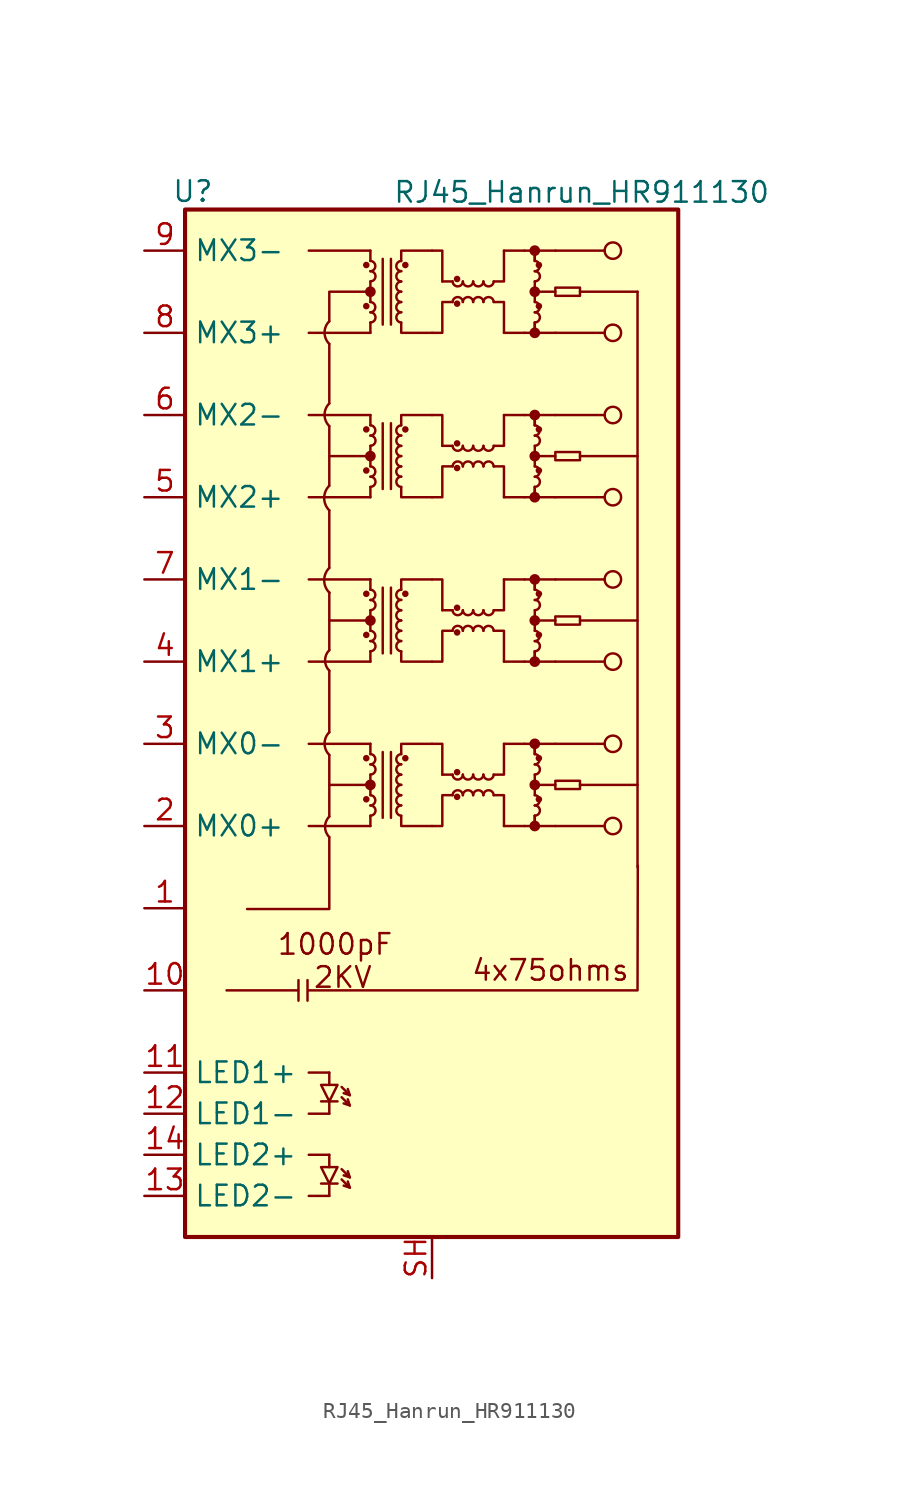
<source format=kicad_sym>
(kicad_symbol_lib
  (version 20220914)
  (generator kicad_symbol_editor)
  (symbol "RJ45_Hanrun_HR911130"
    (property "Reference" "U"
      (at 2.997 1.118 0)
      (effects (font (size 1.27 1.27))))
    (property "Value" "RJ45_Hanrun_HR911130"
      (at 27.026 1.067 0)
      (effects (font (size 1.27 1.27))))
    (symbol "RJ45_Hanrun_HR911130_0_0"
      (text "" (at -0.762 -52.578 0) (effects (font (size 1.27 1.27))))
      (text "" (at 1.016 -53.086 0) (effects (font (size 1.27 1.27)))))
    (symbol "RJ45_Hanrun_HR911130_0_1"
      (polyline (pts (xy 5.08 -48.26) (xy 9.5 -48.26)) (stroke (width 0) (type default)) (fill (type none)))
      (polyline (pts (xy 9.525 -48.895) (xy 9.525 -47.625)) (stroke (width 0) (type default)) (fill (type none)))
      (polyline (pts (xy 10.084 -48.895) (xy 10.084 -47.625)) (stroke (width 0) (type default)) (fill (type none)))
      (polyline (pts (xy 10.16 -38.1) (xy 13.97 -38.1)) (stroke (width 0) (type default)) (fill (type none)))
      (polyline (pts (xy 10.16 -33.02) (xy 13.97 -33.02)) (stroke (width 0) (type default)) (fill (type none)))
      (polyline (pts (xy 10.16 -27.94) (xy 13.97 -27.94)) (stroke (width 0) (type default)) (fill (type none)))
      (polyline (pts (xy 10.16 -22.86) (xy 13.97 -22.86)) (stroke (width 0) (type default)) (fill (type none)))
      (polyline (pts (xy 10.16 -17.78) (xy 13.97 -17.78)) (stroke (width 0) (type default)) (fill (type none)))
      (polyline (pts (xy 10.16 -12.7) (xy 13.97 -12.7)) (stroke (width 0) (type default)) (fill (type none)))
      (polyline (pts (xy 10.16 -7.62) (xy 13.97 -7.62)) (stroke (width 0) (type default)) (fill (type none)))
      (polyline (pts (xy 10.16 -2.54) (xy 13.97 -2.54)) (stroke (width 0) (type default)) (fill (type none)))
      (polyline (pts (xy 11.43 -35.56) (xy 13.97 -35.56)) (stroke (width 0) (type default)) (fill (type none)))
      (polyline (pts (xy 11.43 -33.706) (xy 11.43 -37.516)) (stroke (width 0) (type default)) (fill (type none)))
      (polyline (pts (xy 11.43 -28.499) (xy 11.43 -32.309)) (stroke (width 0) (type default)) (fill (type none)))
      (polyline (pts (xy 11.43 -25.4) (xy 13.97 -25.4)) (stroke (width 0) (type default)) (fill (type none)))
      (polyline (pts (xy 11.43 -18.593) (xy 11.43 -22.149)) (stroke (width 0) (type default)) (fill (type none)))
      (polyline (pts (xy 11.43 -15.24) (xy 13.97 -15.24)) (stroke (width 0) (type default)) (fill (type none)))
      (polyline (pts (xy 11.43 -8.306) (xy 11.43 -11.989)) (stroke (width 0) (type default)) (fill (type none)))
      (polyline (pts (xy 11.43 -5.131) (xy 11.43 -6.909)) (stroke (width 0) (type default)) (fill (type none)))
      (polyline (pts (xy 11.43 -5.08) (xy 13.97 -5.08)) (stroke (width 0) (type default)) (fill (type none)))
      (polyline (pts (xy 13.97 -38.1) (xy 13.97 -37.465)) (stroke (width 0) (type default)) (fill (type none)))
      (polyline (pts (xy 13.97 -35.56) (xy 13.97 -36.195)) (stroke (width 0) (type default)) (fill (type none)))
      (polyline (pts (xy 13.97 -35.56) (xy 13.97 -34.925)) (stroke (width 0) (type default)) (fill (type none)))
      (polyline (pts (xy 13.97 -33.02) (xy 13.97 -33.655)) (stroke (width 0) (type default)) (fill (type none)))
      (polyline (pts (xy 13.97 -27.94) (xy 13.97 -27.305)) (stroke (width 0) (type default)) (fill (type none)))
      (polyline (pts (xy 13.97 -25.4) (xy 13.97 -26.035)) (stroke (width 0) (type default)) (fill (type none)))
      (polyline (pts (xy 13.97 -25.4) (xy 13.97 -24.765)) (stroke (width 0) (type default)) (fill (type none)))
      (polyline (pts (xy 13.97 -22.86) (xy 13.97 -23.495)) (stroke (width 0) (type default)) (fill (type none)))
      (polyline (pts (xy 13.97 -17.78) (xy 13.97 -17.145)) (stroke (width 0) (type default)) (fill (type none)))
      (polyline (pts (xy 13.97 -15.24) (xy 13.97 -15.875)) (stroke (width 0) (type default)) (fill (type none)))
      (polyline (pts (xy 13.97 -15.24) (xy 13.97 -14.605)) (stroke (width 0) (type default)) (fill (type none)))
      (polyline (pts (xy 13.97 -12.7) (xy 13.97 -13.335)) (stroke (width 0) (type default)) (fill (type none)))
      (polyline (pts (xy 13.97 -7.62) (xy 13.97 -6.985)) (stroke (width 0) (type default)) (fill (type none)))
      (polyline (pts (xy 13.97 -5.08) (xy 13.97 -5.715)) (stroke (width 0) (type default)) (fill (type none)))
      (polyline (pts (xy 13.97 -5.08) (xy 13.97 -4.445)) (stroke (width 0) (type default)) (fill (type none)))
      (polyline (pts (xy 13.97 -2.54) (xy 13.97 -3.175)) (stroke (width 0) (type default)) (fill (type none)))
      (polyline (pts (xy 14.732 -37.592) (xy 14.732 -33.528)) (stroke (width 0) (type default)) (fill (type none)))
      (polyline (pts (xy 14.732 -27.432) (xy 14.732 -23.368)) (stroke (width 0) (type default)) (fill (type none)))
      (polyline (pts (xy 14.732 -17.272) (xy 14.732 -13.208)) (stroke (width 0) (type default)) (fill (type none)))
      (polyline (pts (xy 14.732 -7.112) (xy 14.732 -3.048)) (stroke (width 0) (type default)) (fill (type none)))
      (polyline (pts (xy 15.24 -37.592) (xy 15.24 -33.528)) (stroke (width 0) (type default)) (fill (type none)))
      (polyline (pts (xy 15.24 -27.432) (xy 15.24 -23.368)) (stroke (width 0) (type default)) (fill (type none)))
      (polyline (pts (xy 15.24 -17.272) (xy 15.24 -13.208)) (stroke (width 0) (type default)) (fill (type none)))
      (polyline (pts (xy 15.24 -7.112) (xy 15.24 -3.048)) (stroke (width 0) (type default)) (fill (type none)))
      (polyline (pts (xy 18.415 -34.925) (xy 19.05 -34.925)) (stroke (width 0) (type default)) (fill (type none)))
      (polyline (pts (xy 18.415 -24.765) (xy 19.05 -24.765)) (stroke (width 0) (type default)) (fill (type none)))
      (polyline (pts (xy 18.415 -14.605) (xy 19.05 -14.605)) (stroke (width 0) (type default)) (fill (type none)))
      (polyline (pts (xy 18.415 -4.445) (xy 19.05 -4.445)) (stroke (width 0) (type default)) (fill (type none)))
      (polyline (pts (xy 22.225 -38.1) (xy 23.495 -38.1)) (stroke (width 0) (type default)) (fill (type none)))
      (polyline (pts (xy 22.225 -33.02) (xy 23.495 -33.02)) (stroke (width 0) (type default)) (fill (type none)))
      (polyline (pts (xy 22.225 -27.94) (xy 23.495 -27.94)) (stroke (width 0) (type default)) (fill (type none)))
      (polyline (pts (xy 22.225 -22.86) (xy 23.495 -22.86)) (stroke (width 0) (type default)) (fill (type none)))
      (polyline (pts (xy 22.225 -17.78) (xy 23.495 -17.78)) (stroke (width 0) (type default)) (fill (type none)))
      (polyline (pts (xy 22.225 -12.7) (xy 23.495 -12.7)) (stroke (width 0) (type default)) (fill (type none)))
      (polyline (pts (xy 22.225 -7.62) (xy 23.495 -7.62)) (stroke (width 0) (type default)) (fill (type none)))
      (polyline (pts (xy 22.225 -2.54) (xy 23.495 -2.54)) (stroke (width 0) (type default)) (fill (type none)))
      (polyline (pts (xy 24.13 -38.1) (xy 24.13 -37.465)) (stroke (width 0) (type default)) (fill (type none)))
      (polyline (pts (xy 24.13 -35.56) (xy 24.13 -36.195)) (stroke (width 0) (type default)) (fill (type none)))
      (polyline (pts (xy 24.13 -35.56) (xy 24.13 -34.925)) (stroke (width 0) (type default)) (fill (type none)))
      (polyline (pts (xy 24.13 -33.02) (xy 24.13 -33.655)) (stroke (width 0) (type default)) (fill (type none)))
      (polyline (pts (xy 24.13 -27.94) (xy 24.13 -27.305)) (stroke (width 0) (type default)) (fill (type none)))
      (polyline (pts (xy 24.13 -25.4) (xy 24.13 -26.035)) (stroke (width 0) (type default)) (fill (type none)))
      (polyline (pts (xy 24.13 -25.4) (xy 24.13 -24.765)) (stroke (width 0) (type default)) (fill (type none)))
      (polyline (pts (xy 24.13 -22.86) (xy 24.13 -23.495)) (stroke (width 0) (type default)) (fill (type none)))
      (polyline (pts (xy 24.13 -17.78) (xy 24.13 -17.145)) (stroke (width 0) (type default)) (fill (type none)))
      (polyline (pts (xy 24.13 -15.24) (xy 24.13 -15.875)) (stroke (width 0) (type default)) (fill (type none)))
      (polyline (pts (xy 24.13 -15.24) (xy 24.13 -14.605)) (stroke (width 0) (type default)) (fill (type none)))
      (polyline (pts (xy 24.13 -12.7) (xy 24.13 -13.335)) (stroke (width 0) (type default)) (fill (type none)))
      (polyline (pts (xy 24.13 -7.62) (xy 24.13 -6.985)) (stroke (width 0) (type default)) (fill (type none)))
      (polyline (pts (xy 24.13 -5.08) (xy 24.13 -5.715)) (stroke (width 0) (type default)) (fill (type none)))
      (polyline (pts (xy 24.13 -5.08) (xy 24.13 -4.445)) (stroke (width 0) (type default)) (fill (type none)))
      (polyline (pts (xy 24.13 -2.54) (xy 24.13 -3.175)) (stroke (width 0) (type default)) (fill (type none)))
      (polyline (pts (xy 25.4 -38.1) (xy 24.13 -38.1)) (stroke (width 0) (type default)) (fill (type none)))
      (polyline (pts (xy 25.4 -38.1) (xy 28.448 -38.1)) (stroke (width 0) (type default)) (fill (type none)))
      (polyline (pts (xy 25.4 -35.56) (xy 24.13 -35.56)) (stroke (width 0) (type default)) (fill (type none)))
      (polyline (pts (xy 25.4 -33.02) (xy 24.13 -33.02)) (stroke (width 0) (type default)) (fill (type none)))
      (polyline (pts (xy 25.4 -33.02) (xy 28.448 -33.02)) (stroke (width 0) (type default)) (fill (type none)))
      (polyline (pts (xy 25.4 -27.94) (xy 24.13 -27.94)) (stroke (width 0) (type default)) (fill (type none)))
      (polyline (pts (xy 25.4 -27.94) (xy 28.448 -27.94)) (stroke (width 0) (type default)) (fill (type none)))
      (polyline (pts (xy 25.4 -25.4) (xy 24.13 -25.4)) (stroke (width 0) (type default)) (fill (type none)))
      (polyline (pts (xy 25.4 -22.86) (xy 24.13 -22.86)) (stroke (width 0) (type default)) (fill (type none)))
      (polyline (pts (xy 25.4 -22.86) (xy 28.448 -22.86)) (stroke (width 0) (type default)) (fill (type none)))
      (polyline (pts (xy 25.4 -17.78) (xy 24.13 -17.78)) (stroke (width 0) (type default)) (fill (type none)))
      (polyline (pts (xy 25.4 -17.78) (xy 28.448 -17.78)) (stroke (width 0) (type default)) (fill (type none)))
      (polyline (pts (xy 25.4 -15.24) (xy 24.13 -15.24)) (stroke (width 0) (type default)) (fill (type none)))
      (polyline (pts (xy 25.4 -12.7) (xy 24.13 -12.7)) (stroke (width 0) (type default)) (fill (type none)))
      (polyline (pts (xy 25.4 -12.7) (xy 28.448 -12.7)) (stroke (width 0) (type default)) (fill (type none)))
      (polyline (pts (xy 25.4 -7.62) (xy 24.13 -7.62)) (stroke (width 0) (type default)) (fill (type none)))
      (polyline (pts (xy 25.4 -7.62) (xy 28.448 -7.62)) (stroke (width 0) (type default)) (fill (type none)))
      (polyline (pts (xy 25.4 -5.08) (xy 24.13 -5.08)) (stroke (width 0) (type default)) (fill (type none)))
      (polyline (pts (xy 25.4 -2.54) (xy 24.13 -2.54)) (stroke (width 0) (type default)) (fill (type none)))
      (polyline (pts (xy 25.4 -2.54) (xy 28.448 -2.54)) (stroke (width 0) (type default)) (fill (type none)))
      (polyline (pts (xy 26.924 -35.56) (xy 30.48 -35.56)) (stroke (width 0) (type default)) (fill (type none)))
      (polyline (pts (xy 26.924 -25.4) (xy 30.48 -25.4)) (stroke (width 0) (type default)) (fill (type none)))
      (polyline (pts (xy 26.924 -15.24) (xy 30.48 -15.24)) (stroke (width 0) (type default)) (fill (type none)))
      (polyline (pts (xy 30.48 -40.64) (xy 30.48 -5.08)) (stroke (width 0) (type default)) (fill (type none)))
      (polyline (pts (xy 30.48 -5.08) (xy 26.924 -5.08)) (stroke (width 0) (type default)) (fill (type none)))
      (polyline (pts (xy 11.43 -23.673) (xy 11.43 -25.451) (xy 11.43 -27.229)) (stroke (width 0) (type default)) (fill (type none)))
      (polyline (pts (xy 11.43 -13.386) (xy 11.43 -15.291) (xy 11.43 -17.069)) (stroke (width 0) (type default)) (fill (type none)))
      (polyline (pts (xy 15.875 -37.465) (xy 15.875 -38.1) (xy 17.78 -38.1)) (stroke (width 0) (type default)) (fill (type none)))
      (polyline (pts (xy 15.875 -33.655) (xy 15.875 -33.02) (xy 17.78 -33.02)) (stroke (width 0) (type default)) (fill (type none)))
      (polyline (pts (xy 15.875 -27.305) (xy 15.875 -27.94) (xy 17.78 -27.94)) (stroke (width 0) (type default)) (fill (type none)))
      (polyline (pts (xy 15.875 -23.495) (xy 15.875 -22.86) (xy 17.78 -22.86)) (stroke (width 0) (type default)) (fill (type none)))
      (polyline (pts (xy 15.875 -17.145) (xy 15.875 -17.78) (xy 17.78 -17.78)) (stroke (width 0) (type default)) (fill (type none)))
      (polyline (pts (xy 15.875 -13.335) (xy 15.875 -12.7) (xy 17.78 -12.7)) (stroke (width 0) (type default)) (fill (type none)))
      (polyline (pts (xy 15.875 -6.985) (xy 15.875 -7.62) (xy 17.78 -7.62)) (stroke (width 0) (type default)) (fill (type none)))
      (polyline (pts (xy 15.875 -3.175) (xy 15.875 -2.54) (xy 17.78 -2.54)) (stroke (width 0) (type default)) (fill (type none)))
      (polyline (pts (xy 17.78 -33.02) (xy 18.415 -33.02) (xy 18.415 -34.925)) (stroke (width 0) (type default)) (fill (type none)))
      (polyline (pts (xy 17.78 -22.86) (xy 18.415 -22.86) (xy 18.415 -24.765)) (stroke (width 0) (type default)) (fill (type none)))
      (polyline (pts (xy 17.78 -12.7) (xy 18.415 -12.7) (xy 18.415 -14.605)) (stroke (width 0) (type default)) (fill (type none)))
      (polyline (pts (xy 17.78 -2.54) (xy 18.415 -2.54) (xy 18.415 -4.445)) (stroke (width 0) (type default)) (fill (type none)))
      (polyline (pts (xy 21.59 -36.195) (xy 22.225 -36.195) (xy 22.225 -38.1)) (stroke (width 0) (type default)) (fill (type none)))
      (polyline (pts (xy 21.59 -34.925) (xy 22.225 -34.925) (xy 22.225 -33.02)) (stroke (width 0) (type default)) (fill (type none)))
      (polyline (pts (xy 21.59 -26.035) (xy 22.225 -26.035) (xy 22.225 -27.94)) (stroke (width 0) (type default)) (fill (type none)))
      (polyline (pts (xy 21.59 -24.765) (xy 22.225 -24.765) (xy 22.225 -22.86)) (stroke (width 0) (type default)) (fill (type none)))
      (polyline (pts (xy 21.59 -15.875) (xy 22.225 -15.875) (xy 22.225 -17.78)) (stroke (width 0) (type default)) (fill (type none)))
      (polyline (pts (xy 21.59 -14.605) (xy 22.225 -14.605) (xy 22.225 -12.7)) (stroke (width 0) (type default)) (fill (type none)))
      (polyline (pts (xy 21.59 -5.715) (xy 22.225 -5.715) (xy 22.225 -7.62)) (stroke (width 0) (type default)) (fill (type none)))
      (polyline (pts (xy 21.59 -4.445) (xy 22.225 -4.445) (xy 22.225 -2.54)) (stroke (width 0) (type default)) (fill (type none)))
      (polyline (pts (xy 23.495 -38.1) (xy 24.13 -38.1) (xy 24.13 -37.465)) (stroke (width 0) (type default)) (fill (type none)))
      (polyline (pts (xy 23.495 -33.02) (xy 24.13 -33.02) (xy 24.13 -33.655)) (stroke (width 0) (type default)) (fill (type none)))
      (polyline (pts (xy 23.495 -27.94) (xy 24.13 -27.94) (xy 24.13 -27.305)) (stroke (width 0) (type default)) (fill (type none)))
      (polyline (pts (xy 23.495 -22.86) (xy 24.13 -22.86) (xy 24.13 -23.495)) (stroke (width 0) (type default)) (fill (type none)))
      (polyline (pts (xy 23.495 -17.78) (xy 24.13 -17.78) (xy 24.13 -17.145)) (stroke (width 0) (type default)) (fill (type none)))
      (polyline (pts (xy 23.495 -12.7) (xy 24.13 -12.7) (xy 24.13 -13.335)) (stroke (width 0) (type default)) (fill (type none)))
      (polyline (pts (xy 23.495 -7.62) (xy 24.13 -7.62) (xy 24.13 -6.985)) (stroke (width 0) (type default)) (fill (type none)))
      (polyline (pts (xy 23.495 -2.54) (xy 24.13 -2.54) (xy 24.13 -3.175)) (stroke (width 0) (type default)) (fill (type none)))
      (polyline (pts (xy 17.78 -38.1) (xy 18.415 -38.1) (xy 18.415 -36.195) (xy 19.05 -36.195)) (stroke (width 0) (type default)) (fill (type none)))
      (polyline (pts (xy 17.78 -27.94) (xy 18.415 -27.94) (xy 18.415 -26.035) (xy 19.05 -26.035)) (stroke (width 0) (type default)) (fill (type none)))
      (polyline (pts (xy 17.78 -17.78) (xy 18.415 -17.78) (xy 18.415 -15.875) (xy 19.05 -15.875)) (stroke (width 0) (type default)) (fill (type none)))
      (polyline (pts (xy 17.78 -7.62) (xy 18.415 -7.62) (xy 18.415 -5.715) (xy 19.05 -5.715)) (stroke (width 0) (type default)) (fill (type none)))
      (polyline (pts (xy 30.496 -40.56) (xy 30.48 -48.26) (xy 12.7 -48.26) (xy 10.16 -48.26)) (stroke (width 0) (type default)) (fill (type none)))
      (polyline (pts (xy 11.43 -38.786) (xy 11.43 -42.088) (xy 11.43 -42.85) (xy 11.43 -43.231) (xy 6.35 -43.231)) (stroke (width 0) (type default)) (fill (type none)))
      (rectangle (start 2.515 0) (end 32.995 -63.5) (stroke (width 0.254) (type default)) (fill (type background)))
      (arc (start 11.43 -37.5158) (mid 11.167 -38.1508) (end 11.43 -38.7858) (stroke (width 0) (type default)) (fill (type none)))
      (arc (start 11.43 -32.3088) (mid 11.1407 -33.0073) (end 11.43 -33.7058) (stroke (width 0) (type default)) (fill (type none)))
      (arc (start 11.43 -27.2288) (mid 11.167 -27.8638) (end 11.43 -28.4988) (stroke (width 0) (type default)) (fill (type none)))
      (arc (start 11.43 -23.6728) (mid 11.43 -23.6728) (end 11.43 -23.6728) (stroke (width 0) (type default)) (fill (type none)))
      (arc (start 11.43 -22.1488) (mid 11.1144 -22.9108) (end 11.43 -23.6728) (stroke (width 0) (type default)) (fill (type none)))
      (arc (start 11.43 -17.0688) (mid 11.1144 -17.8308) (end 11.43 -18.5928) (stroke (width 0) (type default)) (fill (type none)))
      (arc (start 11.43 -11.9888) (mid 11.1407 -12.6873) (end 11.43 -13.3858) (stroke (width 0) (type default)) (fill (type none)))
      (arc (start 11.43 -6.9088) (mid 11.1407 -7.6073) (end 11.43 -8.3058) (stroke (width 0) (type default)) (fill (type none)))
      (circle (center 13.716 -36.449) (radius 0.127) (stroke (width 0) (type default)) (fill (type outline)))
      (circle (center 13.716 -33.909) (radius 0.127) (stroke (width 0) (type default)) (fill (type outline)))
      (circle (center 13.716 -26.289) (radius 0.127) (stroke (width 0) (type default)) (fill (type outline)))
      (circle (center 13.716 -23.749) (radius 0.127) (stroke (width 0) (type default)) (fill (type outline)))
      (circle (center 13.716 -16.129) (radius 0.127) (stroke (width 0) (type default)) (fill (type outline)))
      (circle (center 13.716 -13.589) (radius 0.127) (stroke (width 0) (type default)) (fill (type outline)))
      (circle (center 13.716 -5.969) (radius 0.127) (stroke (width 0) (type default)) (fill (type outline)))
      (circle (center 13.716 -3.429) (radius 0.127) (stroke (width 0) (type default)) (fill (type outline)))
      (arc (start 13.97 -37.465) (mid 14.2751 -37.1475) (end 13.97 -36.83) (stroke (width 0) (type default)) (fill (type none)))
      (arc (start 13.97 -36.83) (mid 14.2751 -36.5125) (end 13.97 -36.195) (stroke (width 0) (type default)) (fill (type none)))
      (circle (center 13.97 -35.56) (radius 0.254) (stroke (width 0) (type default)) (fill (type outline)))
      (arc (start 13.97 -34.925) (mid 14.2751 -34.6075) (end 13.97 -34.29) (stroke (width 0) (type default)) (fill (type none)))
      (arc (start 13.97 -34.29) (mid 14.2751 -33.9725) (end 13.97 -33.655) (stroke (width 0) (type default)) (fill (type none)))
      (arc (start 13.97 -27.305) (mid 14.2751 -26.9875) (end 13.97 -26.67) (stroke (width 0) (type default)) (fill (type none)))
      (arc (start 13.97 -26.67) (mid 14.2751 -26.3525) (end 13.97 -26.035) (stroke (width 0) (type default)) (fill (type none)))
      (circle (center 13.97 -25.4) (radius 0.254) (stroke (width 0) (type default)) (fill (type outline)))
      (arc (start 13.97 -24.765) (mid 14.2751 -24.4475) (end 13.97 -24.13) (stroke (width 0) (type default)) (fill (type none)))
      (arc (start 13.97 -24.13) (mid 14.2751 -23.8125) (end 13.97 -23.495) (stroke (width 0) (type default)) (fill (type none)))
      (arc (start 13.97 -17.145) (mid 14.2751 -16.8275) (end 13.97 -16.51) (stroke (width 0) (type default)) (fill (type none)))
      (arc (start 13.97 -16.51) (mid 14.2751 -16.1925) (end 13.97 -15.875) (stroke (width 0) (type default)) (fill (type none)))
      (circle (center 13.97 -15.24) (radius 0.254) (stroke (width 0) (type default)) (fill (type outline)))
      (arc (start 13.97 -14.605) (mid 14.2751 -14.2875) (end 13.97 -13.97) (stroke (width 0) (type default)) (fill (type none)))
      (arc (start 13.97 -13.97) (mid 14.2751 -13.6525) (end 13.97 -13.335) (stroke (width 0) (type default)) (fill (type none)))
      (arc (start 13.97 -6.985) (mid 14.2751 -6.6675) (end 13.97 -6.35) (stroke (width 0) (type default)) (fill (type none)))
      (arc (start 13.97 -6.35) (mid 14.2751 -6.0325) (end 13.97 -5.715) (stroke (width 0) (type default)) (fill (type none)))
      (circle (center 13.97 -5.08) (radius 0.254) (stroke (width 0) (type default)) (fill (type outline)))
      (arc (start 13.97 -4.445) (mid 14.2751 -4.1275) (end 13.97 -3.81) (stroke (width 0) (type default)) (fill (type none)))
      (arc (start 13.97 -3.81) (mid 14.2751 -3.4925) (end 13.97 -3.175) (stroke (width 0) (type default)) (fill (type none)))
      (arc (start 15.875 -36.83) (mid 15.5699 -37.1475) (end 15.875 -37.465) (stroke (width 0) (type default)) (fill (type none)))
      (arc (start 15.875 -36.195) (mid 15.5699 -36.5125) (end 15.875 -36.83) (stroke (width 0) (type default)) (fill (type none)))
      (arc (start 15.875 -35.56) (mid 15.5699 -35.8775) (end 15.875 -36.195) (stroke (width 0) (type default)) (fill (type none)))
      (arc (start 15.875 -34.925) (mid 15.5699 -35.2425) (end 15.875 -35.56) (stroke (width 0) (type default)) (fill (type none)))
      (arc (start 15.875 -34.29) (mid 15.5699 -34.6075) (end 15.875 -34.925) (stroke (width 0) (type default)) (fill (type none)))
      (arc (start 15.875 -33.655) (mid 15.5699 -33.9725) (end 15.875 -34.29) (stroke (width 0) (type default)) (fill (type none)))
      (arc (start 15.875 -26.67) (mid 15.5699 -26.9875) (end 15.875 -27.305) (stroke (width 0) (type default)) (fill (type none)))
      (arc (start 15.875 -26.035) (mid 15.5699 -26.3525) (end 15.875 -26.67) (stroke (width 0) (type default)) (fill (type none)))
      (arc (start 15.875 -25.4) (mid 15.5699 -25.7175) (end 15.875 -26.035) (stroke (width 0) (type default)) (fill (type none)))
      (arc (start 15.875 -24.765) (mid 15.5699 -25.0825) (end 15.875 -25.4) (stroke (width 0) (type default)) (fill (type none)))
      (arc (start 15.875 -24.13) (mid 15.5699 -24.4475) (end 15.875 -24.765) (stroke (width 0) (type default)) (fill (type none)))
      (arc (start 15.875 -23.495) (mid 15.5699 -23.8125) (end 15.875 -24.13) (stroke (width 0) (type default)) (fill (type none)))
      (arc (start 15.875 -16.51) (mid 15.5699 -16.8275) (end 15.875 -17.145) (stroke (width 0) (type default)) (fill (type none)))
      (arc (start 15.875 -15.875) (mid 15.5699 -16.1925) (end 15.875 -16.51) (stroke (width 0) (type default)) (fill (type none)))
      (arc (start 15.875 -15.24) (mid 15.5699 -15.5575) (end 15.875 -15.875) (stroke (width 0) (type default)) (fill (type none)))
      (arc (start 15.875 -14.605) (mid 15.5699 -14.9225) (end 15.875 -15.24) (stroke (width 0) (type default)) (fill (type none)))
      (arc (start 15.875 -13.97) (mid 15.5699 -14.2875) (end 15.875 -14.605) (stroke (width 0) (type default)) (fill (type none)))
      (arc (start 15.875 -13.335) (mid 15.5699 -13.6525) (end 15.875 -13.97) (stroke (width 0) (type default)) (fill (type none)))
      (arc (start 15.875 -6.35) (mid 15.5699 -6.6675) (end 15.875 -6.985) (stroke (width 0) (type default)) (fill (type none)))
      (arc (start 15.875 -5.715) (mid 15.5699 -6.0325) (end 15.875 -6.35) (stroke (width 0) (type default)) (fill (type none)))
      (arc (start 15.875 -5.08) (mid 15.5699 -5.3975) (end 15.875 -5.715) (stroke (width 0) (type default)) (fill (type none)))
      (arc (start 15.875 -4.445) (mid 15.5699 -4.7625) (end 15.875 -5.08) (stroke (width 0) (type default)) (fill (type none)))
      (arc (start 15.875 -3.81) (mid 15.5699 -4.1275) (end 15.875 -4.445) (stroke (width 0) (type default)) (fill (type none)))
      (arc (start 15.875 -3.175) (mid 15.5699 -3.4925) (end 15.875 -3.81) (stroke (width 0) (type default)) (fill (type none)))
      (circle (center 16.129 -33.909) (radius 0.127) (stroke (width 0) (type default)) (fill (type outline)))
      (circle (center 16.129 -23.749) (radius 0.127) (stroke (width 0) (type default)) (fill (type outline)))
      (circle (center 16.129 -13.589) (radius 0.127) (stroke (width 0) (type default)) (fill (type outline)))
      (circle (center 16.129 -3.429) (radius 0.127) (stroke (width 0) (type default)) (fill (type outline)))
      (arc (start 19.05 -34.925) (mid 19.3675 -35.2301) (end 19.685 -34.925) (stroke (width 0) (type default)) (fill (type none)))
      (arc (start 19.05 -24.765) (mid 19.3675 -25.0701) (end 19.685 -24.765) (stroke (width 0) (type default)) (fill (type none)))
      (arc (start 19.05 -14.605) (mid 19.3675 -14.9101) (end 19.685 -14.605) (stroke (width 0) (type default)) (fill (type none)))
      (arc (start 19.05 -4.445) (mid 19.3675 -4.7501) (end 19.685 -4.445) (stroke (width 0) (type default)) (fill (type none)))
      (circle (center 19.329 -36.297) (radius 0.127) (stroke (width 0) (type default)) (fill (type outline)))
      (circle (center 19.329 -34.773) (radius 0.127) (stroke (width 0) (type default)) (fill (type outline)))
      (circle (center 19.329 -26.137) (radius 0.127) (stroke (width 0) (type default)) (fill (type outline)))
      (circle (center 19.329 -24.613) (radius 0.127) (stroke (width 0) (type default)) (fill (type outline)))
      (circle (center 19.329 -15.977) (radius 0.127) (stroke (width 0) (type default)) (fill (type outline)))
      (circle (center 19.329 -14.453) (radius 0.127) (stroke (width 0) (type default)) (fill (type outline)))
      (circle (center 19.329 -5.817) (radius 0.127) (stroke (width 0) (type default)) (fill (type outline)))
      (circle (center 19.329 -4.293) (radius 0.127) (stroke (width 0) (type default)) (fill (type outline)))
      (arc (start 19.685 -36.195) (mid 19.3675 -35.8899) (end 19.05 -36.195) (stroke (width 0) (type default)) (fill (type none)))
      (arc (start 19.685 -34.925) (mid 20.0025 -35.2301) (end 20.32 -34.925) (stroke (width 0) (type default)) (fill (type none)))
      (arc (start 19.685 -26.035) (mid 19.3675 -25.7299) (end 19.05 -26.035) (stroke (width 0) (type default)) (fill (type none)))
      (arc (start 19.685 -24.765) (mid 20.0025 -25.0701) (end 20.32 -24.765) (stroke (width 0) (type default)) (fill (type none)))
      (arc (start 19.685 -15.875) (mid 19.3675 -15.5699) (end 19.05 -15.875) (stroke (width 0) (type default)) (fill (type none)))
      (arc (start 19.685 -14.605) (mid 20.0025 -14.9101) (end 20.32 -14.605) (stroke (width 0) (type default)) (fill (type none)))
      (arc (start 19.685 -5.715) (mid 19.3675 -5.4099) (end 19.05 -5.715) (stroke (width 0) (type default)) (fill (type none)))
      (arc (start 19.685 -4.445) (mid 20.0025 -4.7501) (end 20.32 -4.445) (stroke (width 0) (type default)) (fill (type none)))
      (arc (start 20.32 -36.195) (mid 20.0025 -35.8899) (end 19.685 -36.195) (stroke (width 0) (type default)) (fill (type none)))
      (arc (start 20.32 -34.925) (mid 20.6375 -35.2301) (end 20.955 -34.925) (stroke (width 0) (type default)) (fill (type none)))
      (arc (start 20.32 -26.035) (mid 20.0025 -25.7299) (end 19.685 -26.035) (stroke (width 0) (type default)) (fill (type none)))
      (arc (start 20.32 -24.765) (mid 20.6375 -25.0701) (end 20.955 -24.765) (stroke (width 0) (type default)) (fill (type none)))
      (arc (start 20.32 -15.875) (mid 20.0025 -15.5699) (end 19.685 -15.875) (stroke (width 0) (type default)) (fill (type none)))
      (arc (start 20.32 -14.605) (mid 20.6375 -14.9101) (end 20.955 -14.605) (stroke (width 0) (type default)) (fill (type none)))
      (arc (start 20.32 -5.715) (mid 20.0025 -5.4099) (end 19.685 -5.715) (stroke (width 0) (type default)) (fill (type none)))
      (arc (start 20.32 -4.445) (mid 20.6375 -4.7501) (end 20.955 -4.445) (stroke (width 0) (type default)) (fill (type none)))
      (arc (start 20.955 -36.195) (mid 20.6375 -35.8899) (end 20.32 -36.195) (stroke (width 0) (type default)) (fill (type none)))
      (arc (start 20.955 -34.925) (mid 21.2725 -35.2301) (end 21.59 -34.925) (stroke (width 0) (type default)) (fill (type none)))
      (arc (start 20.955 -26.035) (mid 20.6375 -25.7299) (end 20.32 -26.035) (stroke (width 0) (type default)) (fill (type none)))
      (arc (start 20.955 -24.765) (mid 21.2725 -25.0701) (end 21.59 -24.765) (stroke (width 0) (type default)) (fill (type none)))
      (arc (start 20.955 -15.875) (mid 20.6375 -15.5699) (end 20.32 -15.875) (stroke (width 0) (type default)) (fill (type none)))
      (arc (start 20.955 -14.605) (mid 21.2725 -14.9101) (end 21.59 -14.605) (stroke (width 0) (type default)) (fill (type none)))
      (arc (start 20.955 -5.715) (mid 20.6375 -5.4099) (end 20.32 -5.715) (stroke (width 0) (type default)) (fill (type none)))
      (arc (start 20.955 -4.445) (mid 21.2725 -4.7501) (end 21.59 -4.445) (stroke (width 0) (type default)) (fill (type none)))
      (arc (start 21.59 -36.195) (mid 21.2725 -35.8899) (end 20.955 -36.195) (stroke (width 0) (type default)) (fill (type none)))
      (arc (start 21.59 -26.035) (mid 21.2725 -25.7299) (end 20.955 -26.035) (stroke (width 0) (type default)) (fill (type none)))
      (arc (start 21.59 -15.875) (mid 21.2725 -15.5699) (end 20.955 -15.875) (stroke (width 0) (type default)) (fill (type none)))
      (arc (start 21.59 -5.715) (mid 21.2725 -5.4099) (end 20.955 -5.715) (stroke (width 0) (type default)) (fill (type none)))
      (circle (center 24.13 -38.1) (radius 0.254) (stroke (width 0) (type default)) (fill (type outline)))
      (arc (start 24.13 -37.465) (mid 24.4353 -37.147) (end 24.13 -36.83) (stroke (width 0) (type default)) (fill (type none)))
      (arc (start 24.13 -36.83) (mid 24.4353 -36.512) (end 24.13 -36.195) (stroke (width 0) (type default)) (fill (type none)))
      (circle (center 24.13 -35.56) (radius 0.254) (stroke (width 0) (type default)) (fill (type outline)))
      (arc (start 24.13 -34.925) (mid 24.4353 -34.607) (end 24.13 -34.29) (stroke (width 0) (type default)) (fill (type none)))
      (arc (start 24.13 -34.29) (mid 24.4353 -33.972) (end 24.13 -33.655) (stroke (width 0) (type default)) (fill (type none)))
      (circle (center 24.13 -33.02) (radius 0.254) (stroke (width 0) (type default)) (fill (type outline)))
      (circle (center 24.13 -27.94) (radius 0.254) (stroke (width 0) (type default)) (fill (type outline)))
      (arc (start 24.13 -27.305) (mid 24.4353 -26.987) (end 24.13 -26.67) (stroke (width 0) (type default)) (fill (type none)))
      (arc (start 24.13 -26.67) (mid 24.4353 -26.352) (end 24.13 -26.035) (stroke (width 0) (type default)) (fill (type none)))
      (circle (center 24.13 -25.4) (radius 0.254) (stroke (width 0) (type default)) (fill (type outline)))
      (arc (start 24.13 -24.765) (mid 24.4353 -24.447) (end 24.13 -24.13) (stroke (width 0) (type default)) (fill (type none)))
      (arc (start 24.13 -24.13) (mid 24.4353 -23.812) (end 24.13 -23.495) (stroke (width 0) (type default)) (fill (type none)))
      (circle (center 24.13 -22.86) (radius 0.254) (stroke (width 0) (type default)) (fill (type outline)))
      (circle (center 24.13 -17.78) (radius 0.254) (stroke (width 0) (type default)) (fill (type outline)))
      (arc (start 24.13 -17.145) (mid 24.4353 -16.827) (end 24.13 -16.51) (stroke (width 0) (type default)) (fill (type none)))
      (arc (start 24.13 -16.51) (mid 24.4353 -16.192) (end 24.13 -15.875) (stroke (width 0) (type default)) (fill (type none)))
      (circle (center 24.13 -15.24) (radius 0.254) (stroke (width 0) (type default)) (fill (type outline)))
      (arc (start 24.13 -14.605) (mid 24.4353 -14.287) (end 24.13 -13.97) (stroke (width 0) (type default)) (fill (type none)))
      (arc (start 24.13 -13.97) (mid 24.4353 -13.652) (end 24.13 -13.335) (stroke (width 0) (type default)) (fill (type none)))
      (circle (center 24.13 -12.7) (radius 0.254) (stroke (width 0) (type default)) (fill (type outline)))
      (circle (center 24.13 -7.62) (radius 0.254) (stroke (width 0) (type default)) (fill (type outline)))
      (arc (start 24.13 -6.985) (mid 24.4353 -6.667) (end 24.13 -6.35) (stroke (width 0) (type default)) (fill (type none)))
      (arc (start 24.13 -6.35) (mid 24.4353 -6.032) (end 24.13 -5.715) (stroke (width 0) (type default)) (fill (type none)))
      (circle (center 24.13 -5.08) (radius 0.254) (stroke (width 0) (type default)) (fill (type outline)))
      (arc (start 24.13 -4.445) (mid 24.4353 -4.127) (end 24.13 -3.81) (stroke (width 0) (type default)) (fill (type none)))
      (arc (start 24.13 -3.81) (mid 24.4353 -3.492) (end 24.13 -3.175) (stroke (width 0) (type default)) (fill (type none)))
      (circle (center 24.13 -2.54) (radius 0.254) (stroke (width 0) (type default)) (fill (type outline)))
      (circle (center 24.384 -36.449) (radius 0.127) (stroke (width 0) (type default)) (fill (type outline)))
      (circle (center 24.384 -33.909) (radius 0.127) (stroke (width 0) (type default)) (fill (type outline)))
      (circle (center 24.384 -26.289) (radius 0.127) (stroke (width 0) (type default)) (fill (type outline)))
      (circle (center 24.384 -23.749) (radius 0.127) (stroke (width 0) (type default)) (fill (type outline)))
      (circle (center 24.384 -16.129) (radius 0.127) (stroke (width 0) (type default)) (fill (type outline)))
      (circle (center 24.384 -13.589) (radius 0.127) (stroke (width 0) (type default)) (fill (type outline)))
      (circle (center 24.384 -5.969) (radius 0.127) (stroke (width 0) (type default)) (fill (type outline)))
      (circle (center 24.384 -3.429) (radius 0.127) (stroke (width 0) (type default)) (fill (type outline)))
      (rectangle (start 25.4 -35.306) (end 26.924 -35.814) (stroke (width 0) (type default)) (fill (type none)))
      (rectangle (start 25.4 -25.146) (end 26.924 -25.654) (stroke (width 0) (type default)) (fill (type none)))
      (rectangle (start 25.4 -14.986) (end 26.924 -15.494) (stroke (width 0) (type default)) (fill (type none)))
      (rectangle (start 25.4 -4.826) (end 26.924 -5.334) (stroke (width 0) (type default)) (fill (type none)))
      (circle (center 28.956 -38.1) (radius 0.508) (stroke (width 0) (type default)) (fill (type none)))
      (circle (center 28.956 -33.02) (radius 0.508) (stroke (width 0) (type default)) (fill (type none)))
      (circle (center 28.956 -27.94) (radius 0.508) (stroke (width 0) (type default)) (fill (type none)))
      (circle (center 28.956 -22.86) (radius 0.508) (stroke (width 0) (type default)) (fill (type none)))
      (circle (center 28.956 -17.78) (radius 0.508) (stroke (width 0) (type default)) (fill (type none)))
      (circle (center 28.956 -12.7) (radius 0.508) (stroke (width 0) (type default)) (fill (type none)))
      (circle (center 28.956 -7.62) (radius 0.508) (stroke (width 0) (type default)) (fill (type none)))
      (circle (center 28.956 -2.54) (radius 0.508) (stroke (width 0) (type default)) (fill (type none)))
      (text "1000pF\n 2KV" (at 11.786 -46.431 0) (effects (font (size 1.27 1.27))))
      (text "4x75ohms" (at 25.095 -47.015 0) (effects (font (size 1.27 1.27)))))
    (symbol "RJ45_Hanrun_HR911130_1_1"
      (polyline (pts (xy 10.16 -60.96) (xy 11.43 -60.96)) (stroke (width 0) (type default)) (fill (type none)))
      (polyline (pts (xy 10.16 -58.42) (xy 11.43 -58.42)) (stroke (width 0) (type default)) (fill (type none)))
      (polyline (pts (xy 10.16 -55.88) (xy 11.43 -55.88)) (stroke (width 0) (type default)) (fill (type none)))
      (polyline (pts (xy 10.16 -53.34) (xy 11.43 -53.34)) (stroke (width 0) (type default)) (fill (type none)))
      (polyline (pts (xy 10.922 -60.198) (xy 11.938 -60.198)) (stroke (width 0) (type default)) (fill (type none)))
      (polyline (pts (xy 10.922 -55.118) (xy 11.938 -55.118)) (stroke (width 0) (type default)) (fill (type none)))
      (polyline (pts (xy 11.43 -60.96) (xy 11.43 -60.198)) (stroke (width 0) (type default)) (fill (type none)))
      (polyline (pts (xy 11.43 -58.42) (xy 11.43 -59.182)) (stroke (width 0) (type default)) (fill (type none)))
      (polyline (pts (xy 11.43 -55.88) (xy 11.43 -55.118)) (stroke (width 0) (type default)) (fill (type none)))
      (polyline (pts (xy 11.43 -53.34) (xy 11.43 -54.102)) (stroke (width 0) (type default)) (fill (type none)))
      (polyline (pts (xy 12.7 -60.452) (xy 12.573 -60.071)) (stroke (width 0) (type default)) (fill (type none)))
      (polyline (pts (xy 12.7 -59.817) (xy 12.573 -59.436)) (stroke (width 0) (type default)) (fill (type none)))
      (polyline (pts (xy 12.7 -55.372) (xy 12.573 -54.991)) (stroke (width 0) (type default)) (fill (type none)))
      (polyline (pts (xy 12.7 -54.737) (xy 12.573 -54.356)) (stroke (width 0) (type default)) (fill (type none)))
      (polyline (pts (xy 12.192 -59.944) (xy 12.7 -60.452) (xy 12.319 -60.325)) (stroke (width 0) (type default)) (fill (type none)))
      (polyline (pts (xy 12.192 -59.309) (xy 12.7 -59.817) (xy 12.319 -59.69)) (stroke (width 0) (type default)) (fill (type none)))
      (polyline (pts (xy 12.192 -54.864) (xy 12.7 -55.372) (xy 12.319 -55.245)) (stroke (width 0) (type default)) (fill (type none)))
      (polyline (pts (xy 12.192 -54.229) (xy 12.7 -54.737) (xy 12.319 -54.61)) (stroke (width 0) (type default)) (fill (type none)))
      (polyline (pts (xy 11.43 -60.198) (xy 10.922 -59.182) (xy 11.938 -59.182) (xy 11.43 -60.198)) (stroke (width 0) (type default)) (fill (type none)))
      (polyline (pts (xy 11.43 -55.118) (xy 10.922 -54.102) (xy 11.938 -54.102) (xy 11.43 -55.118)) (stroke (width 0) (type default)) (fill (type none)))
      (pin passive line (at 0 -43.18 0) (length 2.54) (name "" (effects (font (size 1.27 1.27)))) (number "1" (effects (font (size 1.27 1.27)))))
      (pin passive line (at 0 -48.26 0) (length 2.54) (name "" (effects (font (size 1.27 1.27)))) (number "10" (effects (font (size 1.27 1.27)))))
      (pin passive line (at 0 -53.34 0) (length 2.54) (name "LED1+" (effects (font (size 1.27 1.27)))) (number "11" (effects (font (size 1.27 1.27)))))
      (pin passive line (at 0 -55.88 0) (length 2.54) (name "LED1-" (effects (font (size 1.27 1.27)))) (number "12" (effects (font (size 1.27 1.27)))))
      (pin passive line (at 0 -60.96 0) (length 2.54) (name "LED2-" (effects (font (size 1.27 1.27)))) (number "13" (effects (font (size 1.27 1.27)))))
      (pin passive line (at 0 -58.42 0) (length 2.54) (name "LED2+" (effects (font (size 1.27 1.27)))) (number "14" (effects (font (size 1.27 1.27)))))
      (pin passive line (at 0 -38.1 0) (length 2.54) (name "MX0+" (effects (font (size 1.27 1.27)))) (number "2" (effects (font (size 1.27 1.27)))))
      (pin passive line (at 0 -33.02 0) (length 2.54) (name "MX0-" (effects (font (size 1.27 1.27)))) (number "3" (effects (font (size 1.27 1.27)))))
      (pin passive line (at 0 -27.94 0) (length 2.54) (name "MX1+" (effects (font (size 1.27 1.27)))) (number "4" (effects (font (size 1.27 1.27)))))
      (pin passive line (at 0 -17.78 0) (length 2.54) (name "MX2+" (effects (font (size 1.27 1.27)))) (number "5" (effects (font (size 1.27 1.27)))))
      (pin passive line (at 0 -12.7 0) (length 2.54) (name "MX2-" (effects (font (size 1.27 1.27)))) (number "6" (effects (font (size 1.27 1.27)))))
      (pin passive line (at 0 -22.86 0) (length 2.54) (name "MX1-" (effects (font (size 1.27 1.27)))) (number "7" (effects (font (size 1.27 1.27)))))
      (pin passive line (at 0 -7.62 0) (length 2.54) (name "MX3+" (effects (font (size 1.27 1.27)))) (number "8" (effects (font (size 1.27 1.27)))))
      (pin passive line (at 0 -2.54 0) (length 2.54) (name "MX3-" (effects (font (size 1.27 1.27)))) (number "9" (effects (font (size 1.27 1.27)))))
      (pin passive line (at 17.78 -66.04 90) (length 2.54) (name "~" (effects (font (size 1.27 1.27)))) (number "SH" (effects (font (size 1.27 1.27))))))))
</source>
